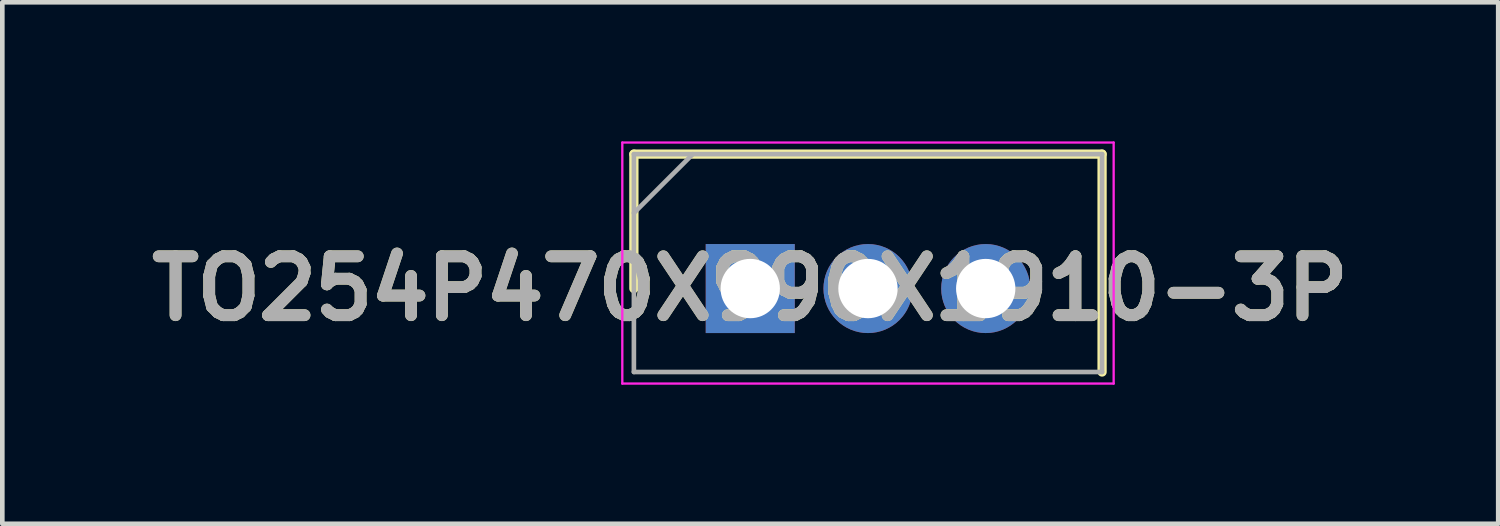
<source format=kicad_pcb>
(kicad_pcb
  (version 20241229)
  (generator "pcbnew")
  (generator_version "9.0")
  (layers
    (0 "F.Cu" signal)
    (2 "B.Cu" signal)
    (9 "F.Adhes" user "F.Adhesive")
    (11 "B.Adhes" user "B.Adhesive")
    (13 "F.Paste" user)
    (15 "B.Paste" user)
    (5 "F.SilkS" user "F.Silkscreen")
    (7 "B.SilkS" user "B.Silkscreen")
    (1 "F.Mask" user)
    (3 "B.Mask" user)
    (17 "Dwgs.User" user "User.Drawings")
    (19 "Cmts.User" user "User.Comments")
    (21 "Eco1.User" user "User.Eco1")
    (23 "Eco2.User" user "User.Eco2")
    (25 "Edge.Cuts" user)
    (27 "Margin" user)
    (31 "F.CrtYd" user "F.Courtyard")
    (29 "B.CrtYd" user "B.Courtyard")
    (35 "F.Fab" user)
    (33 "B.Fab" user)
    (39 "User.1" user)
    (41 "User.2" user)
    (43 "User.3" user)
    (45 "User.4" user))
  (footprint "TO254P470X990X1910-3P"
    (layer "F.Cu")
    (at 13.135 3.175)
    (property "Reference" "TO254P470X990X1910-3P" (at 0 0 0) (layer "F.SilkS") (effects (font (size 1.27 1.27) (thickness 0.254))))
    (attr through_hole)
    (fp_line (start -2.51 -2.9) (end -2.51 0) (stroke (width 0.2) (type solid)) (layer "F.SilkS"))
    (fp_line (start 7.59 -2.9) (end -2.51 -2.9) (stroke (width 0.2) (type solid)) (layer "F.SilkS"))
    (fp_line (start 7.59 1.8) (end 7.59 -2.9) (stroke (width 0.2) (type solid)) (layer "F.SilkS"))
    (fp_line (start -2.76 -3.15) (end 7.84 -3.15) (stroke (width 0.05) (type solid)) (layer "F.CrtYd"))
    (fp_line (start -2.76 2.05) (end -2.76 -3.15) (stroke (width 0.05) (type solid)) (layer "F.CrtYd"))
    (fp_line (start 7.84 -3.15) (end 7.84 2.05) (stroke (width 0.05) (type solid)) (layer "F.CrtYd"))
    (fp_line (start 7.84 2.05) (end -2.76 2.05) (stroke (width 0.05) (type solid)) (layer "F.CrtYd"))
    (fp_line (start -2.51 -2.9) (end 7.59 -2.9) (stroke (width 0.1) (type solid)) (layer "F.Fab"))
    (fp_line (start -2.51 -1.63) (end -1.24 -2.9) (stroke (width 0.1) (type solid)) (layer "F.Fab"))
    (fp_line (start -2.51 1.8) (end -2.51 -2.9) (stroke (width 0.1) (type solid)) (layer "F.Fab"))
    (fp_line (start 7.59 -2.9) (end 7.59 1.8) (stroke (width 0.1) (type solid)) (layer "F.Fab"))
    (fp_line (start 7.59 1.8) (end -2.51 1.8) (stroke (width 0.1) (type solid)) (layer "F.Fab"))
    (fp_text user "${REFERENCE}" (at 0 0 0) (layer "F.Fab") (effects (font (size 1.27 1.27) (thickness 0.254))))
    (pad "1" thru_hole rect (at 0 0) (size 1.92 1.92) (drill 1.28) (layers "*.Cu" "*.Mask"))
    (pad "2" thru_hole circle (at 2.54 0) (size 1.92 1.92) (drill 1.28) (layers "*.Cu" "*.Mask"))
    (pad "3" thru_hole circle (at 5.08 0) (size 1.92 1.92) (drill 1.28) (layers "*.Cu" "*.Mask")))
  (gr_rect
    (start -3 -3)
    (end 29.271 8.25)
    (stroke (width 0.1) (type default))
    (fill no)
    (layer "Edge.Cuts")))
</source>
